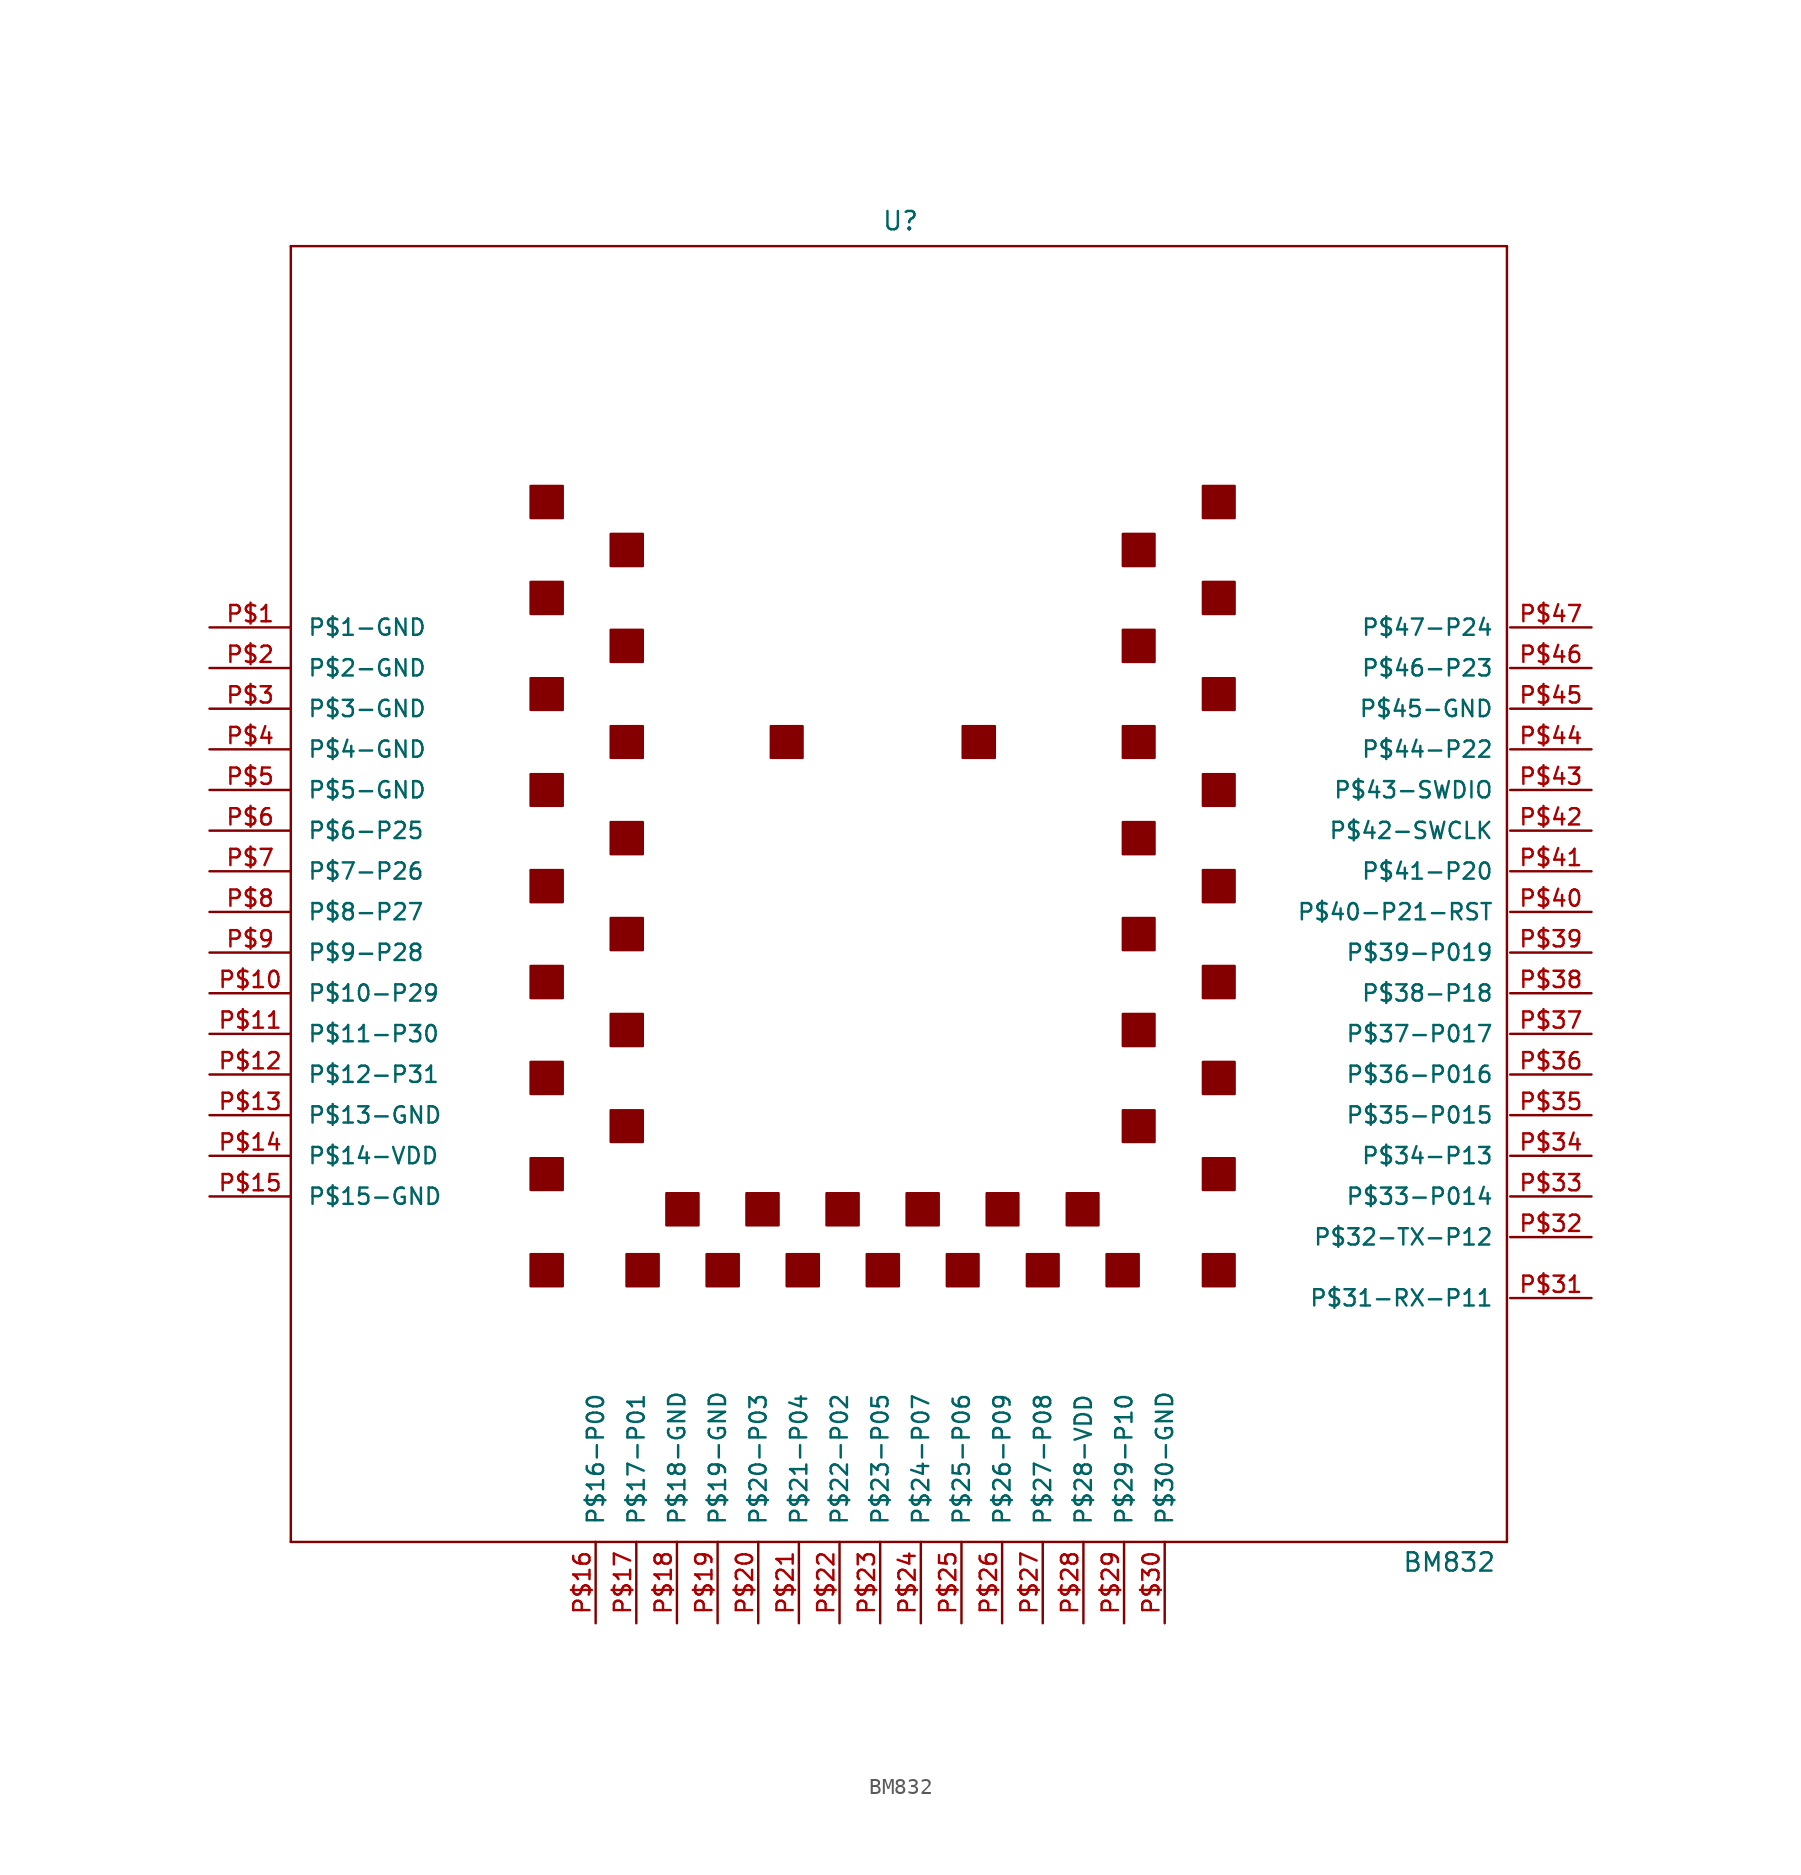
<source format=kicad_sym>
(kicad_symbol_lib
  (version 20220914)
  (generator kicad_symbol_editor)
  (symbol "BM832"
    (pin_names
      (offset 1.016))
    (property "Reference" "U"
      (at 2.54 43.18 0)
      (effects (font (size 1.143 1.143))))
    (property "Value" "BM832"
      (at 36.83 -40.64 0)
      (effects (font (size 1.143 1.143))))
    (property "ki_locked" ""
      (at 0 0 0)
      (effects (font (size 1.27 1.27))))
    (symbol "BM832_1_0"
      (polyline (pts (xy -35.56 -39.37) (xy -35.56 41.605)) (stroke (width 0) (type solid)) (fill (type none)))
      (polyline (pts (xy -35.56 41.605) (xy 40.437 41.605)) (stroke (width 0) (type solid)) (fill (type none)))
      (polyline (pts (xy 40.437 -39.37) (xy -35.56 -39.37)) (stroke (width 0) (type solid)) (fill (type none)))
      (polyline (pts (xy 40.437 41.605) (xy 40.437 -39.37)) (stroke (width 0) (type solid)) (fill (type none))))
    (symbol "BM832_1_1"
      (polyline (pts (xy -20.574 -21.387) (xy -18.567 -21.387) (xy -18.567 -21.387) (xy -18.567 -23.393) (xy -18.567 -23.393) (xy -20.574 -23.393) (xy -20.574 -23.393) (xy -20.574 -21.387)) (stroke (width 0) (type solid)) (fill (type outline)))
      (polyline (pts (xy -20.574 -15.392) (xy -18.567 -15.392) (xy -18.567 -15.392) (xy -18.567 -17.374) (xy -18.567 -17.374) (xy -20.574 -17.374) (xy -20.574 -17.374) (xy -20.574 -15.392)) (stroke (width 0) (type solid)) (fill (type outline)))
      (polyline (pts (xy -20.574 -9.373) (xy -18.567 -9.373) (xy -18.567 -9.373) (xy -18.567 -11.379) (xy -18.567 -11.379) (xy -20.574 -11.379) (xy -20.574 -11.379) (xy -20.574 -9.373)) (stroke (width 0) (type solid)) (fill (type outline)))
      (polyline (pts (xy -20.574 -3.378) (xy -18.567 -3.378) (xy -18.567 -3.378) (xy -18.567 -5.385) (xy -18.567 -5.385) (xy -20.574 -5.385) (xy -20.574 -5.385) (xy -20.574 -3.378)) (stroke (width 0) (type solid)) (fill (type outline)))
      (polyline (pts (xy -20.574 2.616) (xy -18.567 2.616) (xy -18.567 2.616) (xy -18.567 0.61) (xy -18.567 0.61) (xy -20.574 0.61) (xy -20.574 0.61) (xy -20.574 2.616)) (stroke (width 0) (type solid)) (fill (type outline)))
      (polyline (pts (xy -20.574 8.611) (xy -18.567 8.611) (xy -18.567 8.611) (xy -18.567 6.629) (xy -18.567 6.629) (xy -20.574 6.629) (xy -20.574 6.629) (xy -20.574 8.611)) (stroke (width 0) (type solid)) (fill (type outline)))
      (polyline (pts (xy -20.574 14.605) (xy -18.567 14.605) (xy -18.567 14.605) (xy -18.567 12.624) (xy -18.567 12.624) (xy -20.574 12.624) (xy -20.574 12.624) (xy -20.574 14.605)) (stroke (width 0) (type solid)) (fill (type outline)))
      (polyline (pts (xy -20.574 20.625) (xy -18.567 20.625) (xy -18.567 20.625) (xy -18.567 18.618) (xy -18.567 18.618) (xy -20.574 18.618) (xy -20.574 18.618) (xy -20.574 20.625)) (stroke (width 0) (type solid)) (fill (type outline)))
      (polyline (pts (xy -20.574 26.619) (xy -18.567 26.619) (xy -18.567 26.619) (xy -18.567 24.613) (xy -18.567 24.613) (xy -20.574 24.613) (xy -20.574 24.613) (xy -20.574 26.619)) (stroke (width 0) (type solid)) (fill (type outline)))
      (polyline (pts (xy -15.57 -12.395) (xy -13.564 -12.395) (xy -13.564 -12.395) (xy -13.564 -14.376) (xy -13.564 -14.376) (xy -15.57 -14.376) (xy -15.57 -14.376) (xy -15.57 -12.395)) (stroke (width 0) (type solid)) (fill (type outline)))
      (polyline (pts (xy -15.57 -6.375) (xy -13.564 -6.375) (xy -13.564 -6.375) (xy -13.564 -8.382) (xy -13.564 -8.382) (xy -15.57 -8.382) (xy -15.57 -8.382) (xy -15.57 -6.375)) (stroke (width 0) (type solid)) (fill (type outline)))
      (polyline (pts (xy -15.57 -0.381) (xy -13.564 -0.381) (xy -13.564 -0.381) (xy -13.564 -2.388) (xy -13.564 -2.388) (xy -15.57 -2.388) (xy -15.57 -2.388) (xy -15.57 -0.381)) (stroke (width 0) (type solid)) (fill (type outline)))
      (polyline (pts (xy -15.57 5.613) (xy -13.564 5.613) (xy -13.564 5.613) (xy -13.564 3.607) (xy -13.564 3.607) (xy -15.57 3.607) (xy -15.57 3.607) (xy -15.57 5.613)) (stroke (width 0) (type solid)) (fill (type outline)))
      (polyline (pts (xy -15.57 11.608) (xy -13.564 11.608) (xy -13.564 11.608) (xy -13.564 9.627) (xy -13.564 9.627) (xy -15.57 9.627) (xy -15.57 9.627) (xy -15.57 11.608)) (stroke (width 0) (type solid)) (fill (type outline)))
      (polyline (pts (xy -15.57 17.628) (xy -13.564 17.628) (xy -13.564 17.628) (xy -13.564 15.621) (xy -13.564 15.621) (xy -15.57 15.621) (xy -15.57 15.621) (xy -15.57 17.628)) (stroke (width 0) (type solid)) (fill (type outline)))
      (polyline (pts (xy -15.57 23.622) (xy -13.564 23.622) (xy -13.564 23.622) (xy -13.564 21.615) (xy -13.564 21.615) (xy -15.57 21.615) (xy -15.57 21.615) (xy -15.57 23.622)) (stroke (width 0) (type solid)) (fill (type outline)))
      (polyline (pts (xy -14.58 -21.387) (xy -12.573 -21.387) (xy -12.573 -21.387) (xy -12.573 -23.393) (xy -12.573 -23.393) (xy -14.58 -23.393) (xy -14.58 -23.393) (xy -14.58 -21.387)) (stroke (width 0) (type solid)) (fill (type outline)))
      (polyline (pts (xy -12.09 -17.577) (xy -10.084 -17.577) (xy -10.084 -17.577) (xy -10.084 -19.583) (xy -10.084 -19.583) (xy -12.09 -19.583) (xy -12.09 -19.583) (xy -12.09 -17.577)) (stroke (width 0) (type solid)) (fill (type outline)))
      (polyline (pts (xy -9.576 -21.387) (xy -7.569 -21.387) (xy -7.569 -21.387) (xy -7.569 -23.393) (xy -7.569 -23.393) (xy -9.576 -23.393) (xy -9.576 -23.393) (xy -9.576 -21.387)) (stroke (width 0) (type solid)) (fill (type outline)))
      (polyline (pts (xy -7.087 -17.577) (xy -5.08 -17.577) (xy -5.08 -17.577) (xy -5.08 -19.583) (xy -5.08 -19.583) (xy -7.087 -19.583) (xy -7.087 -19.583) (xy -7.087 -17.577)) (stroke (width 0) (type solid)) (fill (type outline)))
      (polyline (pts (xy -5.563 11.608) (xy -3.581 11.608) (xy -3.581 11.608) (xy -3.581 9.627) (xy -3.581 9.627) (xy -5.563 9.627) (xy -5.563 9.627) (xy -5.563 11.608)) (stroke (width 0) (type solid)) (fill (type outline)))
      (polyline (pts (xy -4.572 -21.387) (xy -2.565 -21.387) (xy -2.565 -21.387) (xy -2.565 -23.393) (xy -2.565 -23.393) (xy -4.572 -23.393) (xy -4.572 -23.393) (xy -4.572 -21.387)) (stroke (width 0) (type solid)) (fill (type outline)))
      (polyline (pts (xy -2.083 -17.577) (xy -0.076 -17.577) (xy -0.076 -17.577) (xy -0.076 -19.583) (xy -0.076 -19.583) (xy -2.083 -19.583) (xy -2.083 -19.583) (xy -2.083 -17.577)) (stroke (width 0) (type solid)) (fill (type outline)))
      (polyline (pts (xy 0.432 -21.387) (xy 2.438 -21.387) (xy 2.438 -21.387) (xy 2.438 -23.393) (xy 2.438 -23.393) (xy 0.432 -23.393) (xy 0.432 -23.393) (xy 0.432 -21.387)) (stroke (width 0) (type solid)) (fill (type outline)))
      (polyline (pts (xy 2.921 -17.577) (xy 4.928 -17.577) (xy 4.928 -17.577) (xy 4.928 -19.583) (xy 4.928 -19.583) (xy 2.921 -19.583) (xy 2.921 -19.583) (xy 2.921 -17.577)) (stroke (width 0) (type solid)) (fill (type outline)))
      (polyline (pts (xy 5.436 -21.387) (xy 7.417 -21.387) (xy 7.417 -21.387) (xy 7.417 -23.393) (xy 7.417 -23.393) (xy 5.436 -23.393) (xy 5.436 -23.393) (xy 5.436 -21.387)) (stroke (width 0) (type solid)) (fill (type outline)))
      (polyline (pts (xy 6.426 11.608) (xy 8.433 11.608) (xy 8.433 11.608) (xy 8.433 9.627) (xy 8.433 9.627) (xy 6.426 9.627) (xy 6.426 9.627) (xy 6.426 11.608)) (stroke (width 0) (type solid)) (fill (type outline)))
      (polyline (pts (xy 7.925 -17.577) (xy 9.906 -17.577) (xy 9.906 -17.577) (xy 9.906 -19.583) (xy 9.906 -19.583) (xy 7.925 -19.583) (xy 7.925 -19.583) (xy 7.925 -17.577)) (stroke (width 0) (type solid)) (fill (type outline)))
      (polyline (pts (xy 10.439 -21.387) (xy 12.421 -21.387) (xy 12.421 -21.387) (xy 12.421 -23.393) (xy 12.421 -23.393) (xy 10.439 -23.393) (xy 10.439 -23.393) (xy 10.439 -21.387)) (stroke (width 0) (type solid)) (fill (type outline)))
      (polyline (pts (xy 12.929 -17.577) (xy 14.91 -17.577) (xy 14.91 -17.577) (xy 14.91 -19.583) (xy 14.91 -19.583) (xy 12.929 -19.583) (xy 12.929 -19.583) (xy 12.929 -17.577)) (stroke (width 0) (type solid)) (fill (type outline)))
      (polyline (pts (xy 15.418 -21.387) (xy 17.424 -21.387) (xy 17.424 -21.387) (xy 17.424 -23.393) (xy 17.424 -23.393) (xy 15.418 -23.393) (xy 15.418 -23.393) (xy 15.418 -21.387)) (stroke (width 0) (type solid)) (fill (type outline)))
      (polyline (pts (xy 16.434 -12.395) (xy 18.415 -12.395) (xy 18.415 -12.395) (xy 18.415 -14.376) (xy 18.415 -14.376) (xy 16.434 -14.376) (xy 16.434 -14.376) (xy 16.434 -12.395)) (stroke (width 0) (type solid)) (fill (type outline)))
      (polyline (pts (xy 16.434 -6.375) (xy 18.415 -6.375) (xy 18.415 -6.375) (xy 18.415 -8.382) (xy 18.415 -8.382) (xy 16.434 -8.382) (xy 16.434 -8.382) (xy 16.434 -6.375)) (stroke (width 0) (type solid)) (fill (type outline)))
      (polyline (pts (xy 16.434 -0.381) (xy 18.415 -0.381) (xy 18.415 -0.381) (xy 18.415 -2.388) (xy 18.415 -2.388) (xy 16.434 -2.388) (xy 16.434 -2.388) (xy 16.434 -0.381)) (stroke (width 0) (type solid)) (fill (type outline)))
      (polyline (pts (xy 16.434 5.613) (xy 18.415 5.613) (xy 18.415 5.613) (xy 18.415 3.607) (xy 18.415 3.607) (xy 16.434 3.607) (xy 16.434 3.607) (xy 16.434 5.613)) (stroke (width 0) (type solid)) (fill (type outline)))
      (polyline (pts (xy 16.434 11.608) (xy 18.415 11.608) (xy 18.415 11.608) (xy 18.415 9.627) (xy 18.415 9.627) (xy 16.434 9.627) (xy 16.434 9.627) (xy 16.434 11.608)) (stroke (width 0) (type solid)) (fill (type outline)))
      (polyline (pts (xy 16.434 17.628) (xy 18.415 17.628) (xy 18.415 17.628) (xy 18.415 15.621) (xy 18.415 15.621) (xy 16.434 15.621) (xy 16.434 15.621) (xy 16.434 17.628)) (stroke (width 0) (type solid)) (fill (type outline)))
      (polyline (pts (xy 16.434 23.622) (xy 18.415 23.622) (xy 18.415 23.622) (xy 18.415 21.615) (xy 18.415 21.615) (xy 16.434 21.615) (xy 16.434 21.615) (xy 16.434 23.622)) (stroke (width 0) (type solid)) (fill (type outline)))
      (polyline (pts (xy 21.438 -21.387) (xy 23.419 -21.387) (xy 23.419 -21.387) (xy 23.419 -23.393) (xy 23.419 -23.393) (xy 21.438 -23.393) (xy 21.438 -23.393) (xy 21.438 -21.387)) (stroke (width 0) (type solid)) (fill (type outline)))
      (polyline (pts (xy 21.438 -15.392) (xy 23.419 -15.392) (xy 23.419 -15.392) (xy 23.419 -17.374) (xy 23.419 -17.374) (xy 21.438 -17.374) (xy 21.438 -17.374) (xy 21.438 -15.392)) (stroke (width 0) (type solid)) (fill (type outline)))
      (polyline (pts (xy 21.438 -9.373) (xy 23.419 -9.373) (xy 23.419 -9.373) (xy 23.419 -11.379) (xy 23.419 -11.379) (xy 21.438 -11.379) (xy 21.438 -11.379) (xy 21.438 -9.373)) (stroke (width 0) (type solid)) (fill (type outline)))
      (polyline (pts (xy 21.438 -3.378) (xy 23.419 -3.378) (xy 23.419 -3.378) (xy 23.419 -5.385) (xy 23.419 -5.385) (xy 21.438 -5.385) (xy 21.438 -5.385) (xy 21.438 -3.378)) (stroke (width 0) (type solid)) (fill (type outline)))
      (polyline (pts (xy 21.438 2.616) (xy 23.419 2.616) (xy 23.419 2.616) (xy 23.419 0.61) (xy 23.419 0.61) (xy 21.438 0.61) (xy 21.438 0.61) (xy 21.438 2.616)) (stroke (width 0) (type solid)) (fill (type outline)))
      (polyline (pts (xy 21.438 8.611) (xy 23.419 8.611) (xy 23.419 8.611) (xy 23.419 6.629) (xy 23.419 6.629) (xy 21.438 6.629) (xy 21.438 6.629) (xy 21.438 8.611)) (stroke (width 0) (type solid)) (fill (type outline)))
      (polyline (pts (xy 21.438 14.605) (xy 23.419 14.605) (xy 23.419 14.605) (xy 23.419 12.624) (xy 23.419 12.624) (xy 21.438 12.624) (xy 21.438 12.624) (xy 21.438 14.605)) (stroke (width 0) (type solid)) (fill (type outline)))
      (polyline (pts (xy 21.438 20.625) (xy 23.419 20.625) (xy 23.419 20.625) (xy 23.419 18.618) (xy 23.419 18.618) (xy 21.438 18.618) (xy 21.438 18.618) (xy 21.438 20.625)) (stroke (width 0) (type solid)) (fill (type outline)))
      (polyline (pts (xy 21.438 26.619) (xy 23.419 26.619) (xy 23.419 26.619) (xy 23.419 24.613) (xy 23.419 24.613) (xy 21.438 24.613) (xy 21.438 24.613) (xy 21.438 26.619)) (stroke (width 0) (type solid)) (fill (type outline)))
      (pin bidirectional line (at -40.64 17.78 0) (length 5.08) (name "P$1-GND" (effects (font (size 1.016 1.016)))) (number "P$1" (effects (font (size 1.016 1.016)))))
      (pin bidirectional line (at -40.64 -5.08 0) (length 5.08) (name "P$10-P29" (effects (font (size 1.016 1.016)))) (number "P$10" (effects (font (size 1.016 1.016)))))
      (pin bidirectional line (at -40.64 -7.62 0) (length 5.08) (name "P$11-P30" (effects (font (size 1.016 1.016)))) (number "P$11" (effects (font (size 1.016 1.016)))))
      (pin bidirectional line (at -40.64 -10.16 0) (length 5.08) (name "P$12-P31" (effects (font (size 1.016 1.016)))) (number "P$12" (effects (font (size 1.016 1.016)))))
      (pin bidirectional line (at -40.64 -12.7 0) (length 5.08) (name "P$13-GND" (effects (font (size 1.016 1.016)))) (number "P$13" (effects (font (size 1.016 1.016)))))
      (pin bidirectional line (at -40.64 -15.24 0) (length 5.08) (name "P$14-VDD" (effects (font (size 1.016 1.016)))) (number "P$14" (effects (font (size 1.016 1.016)))))
      (pin bidirectional line (at -40.64 -17.78 0) (length 5.08) (name "P$15-GND" (effects (font (size 1.016 1.016)))) (number "P$15" (effects (font (size 1.016 1.016)))))
      (pin bidirectional line (at -16.51 -44.45 90) (length 5.08) (name "P$16-P00" (effects (font (size 1.016 1.016)))) (number "P$16" (effects (font (size 1.016 1.016)))))
      (pin bidirectional line (at -13.97 -44.45 90) (length 5.08) (name "P$17-P01" (effects (font (size 1.016 1.016)))) (number "P$17" (effects (font (size 1.016 1.016)))))
      (pin bidirectional line (at -11.43 -44.45 90) (length 5.08) (name "P$18-GND" (effects (font (size 1.016 1.016)))) (number "P$18" (effects (font (size 1.016 1.016)))))
      (pin bidirectional line (at -8.89 -44.45 90) (length 5.08) (name "P$19-GND" (effects (font (size 1.016 1.016)))) (number "P$19" (effects (font (size 1.016 1.016)))))
      (pin bidirectional line (at -40.64 15.24 0) (length 5.08) (name "P$2-GND" (effects (font (size 1.016 1.016)))) (number "P$2" (effects (font (size 1.016 1.016)))))
      (pin bidirectional line (at -6.35 -44.45 90) (length 5.08) (name "P$20-P03" (effects (font (size 1.016 1.016)))) (number "P$20" (effects (font (size 1.016 1.016)))))
      (pin bidirectional line (at -3.81 -44.45 90) (length 5.08) (name "P$21-P04" (effects (font (size 1.016 1.016)))) (number "P$21" (effects (font (size 1.016 1.016)))))
      (pin bidirectional line (at -1.27 -44.45 90) (length 5.08) (name "P$22-P02" (effects (font (size 1.016 1.016)))) (number "P$22" (effects (font (size 1.016 1.016)))))
      (pin bidirectional line (at 1.27 -44.45 90) (length 5.08) (name "P$23-P05" (effects (font (size 1.016 1.016)))) (number "P$23" (effects (font (size 1.016 1.016)))))
      (pin bidirectional line (at 3.81 -44.45 90) (length 5.08) (name "P$24-P07" (effects (font (size 1.016 1.016)))) (number "P$24" (effects (font (size 1.016 1.016)))))
      (pin bidirectional line (at 6.35 -44.45 90) (length 5.08) (name "P$25-P06" (effects (font (size 1.016 1.016)))) (number "P$25" (effects (font (size 1.016 1.016)))))
      (pin bidirectional line (at 8.89 -44.45 90) (length 5.08) (name "P$26-P09" (effects (font (size 1.016 1.016)))) (number "P$26" (effects (font (size 1.016 1.016)))))
      (pin bidirectional line (at 11.43 -44.45 90) (length 5.08) (name "P$27-P08" (effects (font (size 1.016 1.016)))) (number "P$27" (effects (font (size 1.016 1.016)))))
      (pin bidirectional line (at 13.97 -44.45 90) (length 5.08) (name "P$28-VDD" (effects (font (size 1.016 1.016)))) (number "P$28" (effects (font (size 1.016 1.016)))))
      (pin bidirectional line (at 16.51 -44.45 90) (length 5.08) (name "P$29-P10" (effects (font (size 1.016 1.016)))) (number "P$29" (effects (font (size 1.016 1.016)))))
      (pin bidirectional line (at -40.64 12.7 0) (length 5.08) (name "P$3-GND" (effects (font (size 1.016 1.016)))) (number "P$3" (effects (font (size 1.016 1.016)))))
      (pin bidirectional line (at 19.05 -44.45 90) (length 5.08) (name "P$30-GND" (effects (font (size 1.016 1.016)))) (number "P$30" (effects (font (size 1.016 1.016)))))
      (pin bidirectional line (at 45.72 -24.13 180) (length 5.08) (name "P$31-RX-P11" (effects (font (size 1.016 1.016)))) (number "P$31" (effects (font (size 1.016 1.016)))))
      (pin bidirectional line (at 45.72 -20.32 180) (length 5.08) (name "P$32-TX-P12" (effects (font (size 1.016 1.016)))) (number "P$32" (effects (font (size 1.016 1.016)))))
      (pin bidirectional line (at 45.72 -17.78 180) (length 5.08) (name "P$33-P014" (effects (font (size 1.016 1.016)))) (number "P$33" (effects (font (size 1.016 1.016)))))
      (pin bidirectional line (at 45.72 -15.24 180) (length 5.08) (name "P$34-P13" (effects (font (size 1.016 1.016)))) (number "P$34" (effects (font (size 1.016 1.016)))))
      (pin bidirectional line (at 45.72 -12.7 180) (length 5.08) (name "P$35-P015" (effects (font (size 1.016 1.016)))) (number "P$35" (effects (font (size 1.016 1.016)))))
      (pin bidirectional line (at 45.72 -10.16 180) (length 5.08) (name "P$36-P016" (effects (font (size 1.016 1.016)))) (number "P$36" (effects (font (size 1.016 1.016)))))
      (pin bidirectional line (at 45.72 -7.62 180) (length 5.08) (name "P$37-P017" (effects (font (size 1.016 1.016)))) (number "P$37" (effects (font (size 1.016 1.016)))))
      (pin bidirectional line (at 45.72 -5.08 180) (length 5.08) (name "P$38-P18" (effects (font (size 1.016 1.016)))) (number "P$38" (effects (font (size 1.016 1.016)))))
      (pin bidirectional line (at 45.72 -2.54 180) (length 5.08) (name "P$39-P019" (effects (font (size 1.016 1.016)))) (number "P$39" (effects (font (size 1.016 1.016)))))
      (pin bidirectional line (at -40.64 10.16 0) (length 5.08) (name "P$4-GND" (effects (font (size 1.016 1.016)))) (number "P$4" (effects (font (size 1.016 1.016)))))
      (pin bidirectional line (at 45.72 0 180) (length 5.08) (name "P$40-P21-RST" (effects (font (size 1.016 1.016)))) (number "P$40" (effects (font (size 1.016 1.016)))))
      (pin bidirectional line (at 45.72 2.54 180) (length 5.08) (name "P$41-P20" (effects (font (size 1.016 1.016)))) (number "P$41" (effects (font (size 1.016 1.016)))))
      (pin bidirectional line (at 45.72 5.08 180) (length 5.08) (name "P$42-SWCLK" (effects (font (size 1.016 1.016)))) (number "P$42" (effects (font (size 1.016 1.016)))))
      (pin bidirectional line (at 45.72 7.62 180) (length 5.08) (name "P$43-SWDIO" (effects (font (size 1.016 1.016)))) (number "P$43" (effects (font (size 1.016 1.016)))))
      (pin bidirectional line (at 45.72 10.16 180) (length 5.08) (name "P$44-P22" (effects (font (size 1.016 1.016)))) (number "P$44" (effects (font (size 1.016 1.016)))))
      (pin bidirectional line (at 45.72 12.7 180) (length 5.08) (name "P$45-GND" (effects (font (size 1.016 1.016)))) (number "P$45" (effects (font (size 1.016 1.016)))))
      (pin bidirectional line (at 45.72 15.24 180) (length 5.08) (name "P$46-P23" (effects (font (size 1.016 1.016)))) (number "P$46" (effects (font (size 1.016 1.016)))))
      (pin bidirectional line (at 45.72 17.78 180) (length 5.08) (name "P$47-P24" (effects (font (size 1.016 1.016)))) (number "P$47" (effects (font (size 1.016 1.016)))))
      (pin bidirectional line (at -40.64 7.62 0) (length 5.08) (name "P$5-GND" (effects (font (size 1.016 1.016)))) (number "P$5" (effects (font (size 1.016 1.016)))))
      (pin bidirectional line (at -40.64 5.08 0) (length 5.08) (name "P$6-P25" (effects (font (size 1.016 1.016)))) (number "P$6" (effects (font (size 1.016 1.016)))))
      (pin bidirectional line (at -40.64 2.54 0) (length 5.08) (name "P$7-P26" (effects (font (size 1.016 1.016)))) (number "P$7" (effects (font (size 1.016 1.016)))))
      (pin bidirectional line (at -40.64 0 0) (length 5.08) (name "P$8-P27" (effects (font (size 1.016 1.016)))) (number "P$8" (effects (font (size 1.016 1.016)))))
      (pin bidirectional line (at -40.64 -2.54 0) (length 5.08) (name "P$9-P28" (effects (font (size 1.016 1.016)))) (number "P$9" (effects (font (size 1.016 1.016))))))))
</source>
